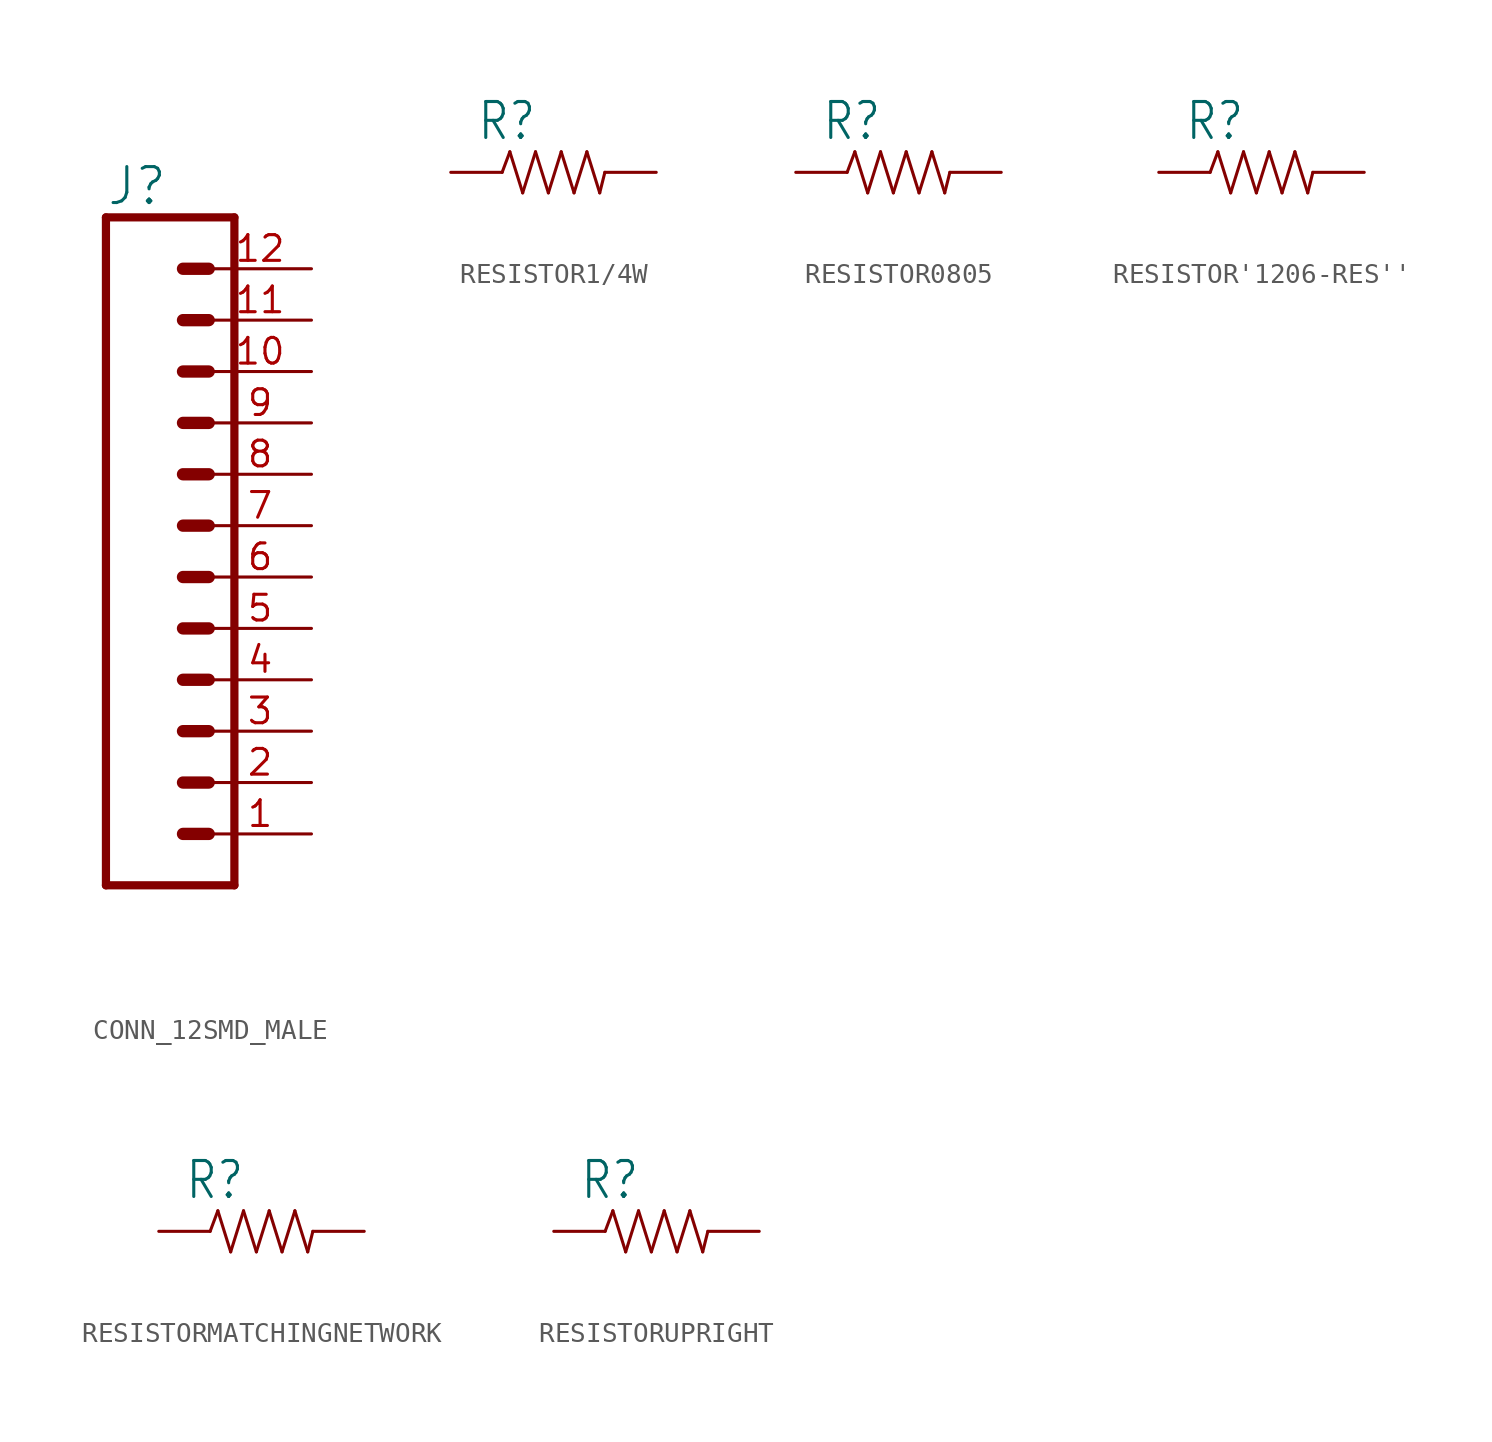
<source format=kicad_sym>
(kicad_symbol_lib
  (version 20220914)
  (generator kicad_symbol_editor)
  (symbol "CONN_12SMD_MALE"
    (property "Reference" "J"
      (at 0 15.748 0)
      (effects (font (size 1.778 1.778)) (justify left bottom)))
    (property "Value" ""
      (at 0 -20.066 0)
      (effects (font (size 1.778 1.778)) (justify left bottom)))
    (property "ki_locked" ""
      (at 0 0 0)
      (effects (font (size 1.27 1.27))))
    (symbol "CONN_12SMD_MALE_1_0"
      (polyline (pts (xy 0 15.24) (xy 0 -17.78)) (stroke (width 0.406) (type solid)) (fill (type none)))
      (polyline (pts (xy 0 15.24) (xy 6.35 15.24)) (stroke (width 0.406) (type solid)) (fill (type none)))
      (polyline (pts (xy 3.81 -15.24) (xy 5.08 -15.24)) (stroke (width 0.61) (type solid)) (fill (type none)))
      (polyline (pts (xy 3.81 -12.7) (xy 5.08 -12.7)) (stroke (width 0.61) (type solid)) (fill (type none)))
      (polyline (pts (xy 3.81 -10.16) (xy 5.08 -10.16)) (stroke (width 0.61) (type solid)) (fill (type none)))
      (polyline (pts (xy 3.81 -7.62) (xy 5.08 -7.62)) (stroke (width 0.61) (type solid)) (fill (type none)))
      (polyline (pts (xy 3.81 -5.08) (xy 5.08 -5.08)) (stroke (width 0.61) (type solid)) (fill (type none)))
      (polyline (pts (xy 3.81 -2.54) (xy 5.08 -2.54)) (stroke (width 0.61) (type solid)) (fill (type none)))
      (polyline (pts (xy 3.81 0) (xy 5.08 0)) (stroke (width 0.61) (type solid)) (fill (type none)))
      (polyline (pts (xy 3.81 2.54) (xy 5.08 2.54)) (stroke (width 0.61) (type solid)) (fill (type none)))
      (polyline (pts (xy 3.81 5.08) (xy 5.08 5.08)) (stroke (width 0.61) (type solid)) (fill (type none)))
      (polyline (pts (xy 3.81 7.62) (xy 5.08 7.62)) (stroke (width 0.61) (type solid)) (fill (type none)))
      (polyline (pts (xy 3.81 10.16) (xy 5.08 10.16)) (stroke (width 0.61) (type solid)) (fill (type none)))
      (polyline (pts (xy 3.81 12.7) (xy 5.08 12.7)) (stroke (width 0.61) (type solid)) (fill (type none)))
      (polyline (pts (xy 6.35 -17.78) (xy 0 -17.78)) (stroke (width 0.406) (type solid)) (fill (type none)))
      (polyline (pts (xy 6.35 -17.78) (xy 6.35 15.24)) (stroke (width 0.406) (type solid)) (fill (type none)))
      (pin passive line (at 10.16 -15.24 180) (length 5.08) (name "1" (effects (font (size 0 0)))) (number "1" (effects (font (size 1.27 1.27)))))
      (pin passive line (at 10.16 7.62 180) (length 5.08) (name "10" (effects (font (size 0 0)))) (number "10" (effects (font (size 1.27 1.27)))))
      (pin passive line (at 10.16 10.16 180) (length 5.08) (name "11" (effects (font (size 0 0)))) (number "11" (effects (font (size 1.27 1.27)))))
      (pin passive line (at 10.16 12.7 180) (length 5.08) (name "12" (effects (font (size 0 0)))) (number "12" (effects (font (size 1.27 1.27)))))
      (pin passive line (at 10.16 -12.7 180) (length 5.08) (name "2" (effects (font (size 0 0)))) (number "2" (effects (font (size 1.27 1.27)))))
      (pin passive line (at 10.16 -10.16 180) (length 5.08) (name "3" (effects (font (size 0 0)))) (number "3" (effects (font (size 1.27 1.27)))))
      (pin passive line (at 10.16 -7.62 180) (length 5.08) (name "4" (effects (font (size 0 0)))) (number "4" (effects (font (size 1.27 1.27)))))
      (pin passive line (at 10.16 -5.08 180) (length 5.08) (name "5" (effects (font (size 0 0)))) (number "5" (effects (font (size 1.27 1.27)))))
      (pin passive line (at 10.16 -2.54 180) (length 5.08) (name "6" (effects (font (size 0 0)))) (number "6" (effects (font (size 1.27 1.27)))))
      (pin passive line (at 10.16 0 180) (length 5.08) (name "7" (effects (font (size 0 0)))) (number "7" (effects (font (size 1.27 1.27)))))
      (pin passive line (at 10.16 2.54 180) (length 5.08) (name "8" (effects (font (size 0 0)))) (number "8" (effects (font (size 1.27 1.27)))))
      (pin passive line (at 10.16 5.08 180) (length 5.08) (name "9" (effects (font (size 0 0)))) (number "9" (effects (font (size 1.27 1.27)))))))
  (symbol "RESISTOR1/4W"
    (property "Reference" "R"
      (at -3.81 1.499 0)
      (effects (font (size 1.778 1.511)) (justify left bottom)))
    (property "Value" ""
      (at -3.81 -3.302 0)
      (effects (font (size 1.778 1.511)) (justify left bottom)))
    (property "ki_locked" ""
      (at 0 0 0)
      (effects (font (size 1.27 1.27))))
    (symbol "RESISTOR1/4W_1_0"
      (polyline (pts (xy -2.54 0) (xy -2.159 1.016)) (stroke (width 0.152) (type solid)) (fill (type none)))
      (polyline (pts (xy -2.159 1.016) (xy -1.524 -1.016)) (stroke (width 0.152) (type solid)) (fill (type none)))
      (polyline (pts (xy -1.524 -1.016) (xy -0.889 1.016)) (stroke (width 0.152) (type solid)) (fill (type none)))
      (polyline (pts (xy -0.889 1.016) (xy -0.254 -1.016)) (stroke (width 0.152) (type solid)) (fill (type none)))
      (polyline (pts (xy -0.254 -1.016) (xy 0.381 1.016)) (stroke (width 0.152) (type solid)) (fill (type none)))
      (polyline (pts (xy 0.381 1.016) (xy 1.016 -1.016)) (stroke (width 0.152) (type solid)) (fill (type none)))
      (polyline (pts (xy 1.016 -1.016) (xy 1.651 1.016)) (stroke (width 0.152) (type solid)) (fill (type none)))
      (polyline (pts (xy 1.651 1.016) (xy 2.286 -1.016)) (stroke (width 0.152) (type solid)) (fill (type none)))
      (polyline (pts (xy 2.286 -1.016) (xy 2.54 0)) (stroke (width 0.152) (type solid)) (fill (type none)))
      (pin passive line (at -5.08 0 0) (length 2.54) (name "1" (effects (font (size 0 0)))) (number "P$1" (effects (font (size 0 0)))))
      (pin passive line (at 5.08 0 180) (length 2.54) (name "2" (effects (font (size 0 0)))) (number "P$2" (effects (font (size 0 0)))))))
  (symbol "RESISTOR0805"
    (property "Reference" "R"
      (at -3.81 1.499 0)
      (effects (font (size 1.778 1.511)) (justify left bottom)))
    (property "Value" ""
      (at -3.81 -3.302 0)
      (effects (font (size 1.778 1.511)) (justify left bottom)))
    (property "ki_locked" ""
      (at 0 0 0)
      (effects (font (size 1.27 1.27))))
    (symbol "RESISTOR0805_1_0"
      (polyline (pts (xy -2.54 0) (xy -2.159 1.016)) (stroke (width 0.152) (type solid)) (fill (type none)))
      (polyline (pts (xy -2.159 1.016) (xy -1.524 -1.016)) (stroke (width 0.152) (type solid)) (fill (type none)))
      (polyline (pts (xy -1.524 -1.016) (xy -0.889 1.016)) (stroke (width 0.152) (type solid)) (fill (type none)))
      (polyline (pts (xy -0.889 1.016) (xy -0.254 -1.016)) (stroke (width 0.152) (type solid)) (fill (type none)))
      (polyline (pts (xy -0.254 -1.016) (xy 0.381 1.016)) (stroke (width 0.152) (type solid)) (fill (type none)))
      (polyline (pts (xy 0.381 1.016) (xy 1.016 -1.016)) (stroke (width 0.152) (type solid)) (fill (type none)))
      (polyline (pts (xy 1.016 -1.016) (xy 1.651 1.016)) (stroke (width 0.152) (type solid)) (fill (type none)))
      (polyline (pts (xy 1.651 1.016) (xy 2.286 -1.016)) (stroke (width 0.152) (type solid)) (fill (type none)))
      (polyline (pts (xy 2.286 -1.016) (xy 2.54 0)) (stroke (width 0.152) (type solid)) (fill (type none)))
      (pin passive line (at -5.08 0 0) (length 2.54) (name "1" (effects (font (size 0 0)))) (number "1" (effects (font (size 0 0)))))
      (pin passive line (at 5.08 0 180) (length 2.54) (name "2" (effects (font (size 0 0)))) (number "2" (effects (font (size 0 0)))))))
  (symbol "RESISTOR'1206-RES''"
    (property "Reference" "R"
      (at -3.81 1.499 0)
      (effects (font (size 1.778 1.511)) (justify left bottom)))
    (property "Value" ""
      (at -3.81 -3.302 0)
      (effects (font (size 1.778 1.511)) (justify left bottom)))
    (property "ki_locked" ""
      (at 0 0 0)
      (effects (font (size 1.27 1.27))))
    (symbol "RESISTOR'1206-RES''_1_0"
      (polyline (pts (xy -2.54 0) (xy -2.159 1.016)) (stroke (width 0.152) (type solid)) (fill (type none)))
      (polyline (pts (xy -2.159 1.016) (xy -1.524 -1.016)) (stroke (width 0.152) (type solid)) (fill (type none)))
      (polyline (pts (xy -1.524 -1.016) (xy -0.889 1.016)) (stroke (width 0.152) (type solid)) (fill (type none)))
      (polyline (pts (xy -0.889 1.016) (xy -0.254 -1.016)) (stroke (width 0.152) (type solid)) (fill (type none)))
      (polyline (pts (xy -0.254 -1.016) (xy 0.381 1.016)) (stroke (width 0.152) (type solid)) (fill (type none)))
      (polyline (pts (xy 0.381 1.016) (xy 1.016 -1.016)) (stroke (width 0.152) (type solid)) (fill (type none)))
      (polyline (pts (xy 1.016 -1.016) (xy 1.651 1.016)) (stroke (width 0.152) (type solid)) (fill (type none)))
      (polyline (pts (xy 1.651 1.016) (xy 2.286 -1.016)) (stroke (width 0.152) (type solid)) (fill (type none)))
      (polyline (pts (xy 2.286 -1.016) (xy 2.54 0)) (stroke (width 0.152) (type solid)) (fill (type none)))
      (pin passive line (at -5.08 0 0) (length 2.54) (name "1" (effects (font (size 0 0)))) (number "1" (effects (font (size 0 0)))))
      (pin passive line (at 5.08 0 180) (length 2.54) (name "2" (effects (font (size 0 0)))) (number "2" (effects (font (size 0 0)))))))
  (symbol "RESISTORMATCHINGNETWORK"
    (property "Reference" "R"
      (at -3.81 1.499 0)
      (effects (font (size 1.778 1.511)) (justify left bottom)))
    (property "Value" ""
      (at -3.81 -3.302 0)
      (effects (font (size 1.778 1.511)) (justify left bottom)))
    (property "ki_locked" ""
      (at 0 0 0)
      (effects (font (size 1.27 1.27))))
    (symbol "RESISTORMATCHINGNETWORK_1_0"
      (polyline (pts (xy -2.54 0) (xy -2.159 1.016)) (stroke (width 0.152) (type solid)) (fill (type none)))
      (polyline (pts (xy -2.159 1.016) (xy -1.524 -1.016)) (stroke (width 0.152) (type solid)) (fill (type none)))
      (polyline (pts (xy -1.524 -1.016) (xy -0.889 1.016)) (stroke (width 0.152) (type solid)) (fill (type none)))
      (polyline (pts (xy -0.889 1.016) (xy -0.254 -1.016)) (stroke (width 0.152) (type solid)) (fill (type none)))
      (polyline (pts (xy -0.254 -1.016) (xy 0.381 1.016)) (stroke (width 0.152) (type solid)) (fill (type none)))
      (polyline (pts (xy 0.381 1.016) (xy 1.016 -1.016)) (stroke (width 0.152) (type solid)) (fill (type none)))
      (polyline (pts (xy 1.016 -1.016) (xy 1.651 1.016)) (stroke (width 0.152) (type solid)) (fill (type none)))
      (polyline (pts (xy 1.651 1.016) (xy 2.286 -1.016)) (stroke (width 0.152) (type solid)) (fill (type none)))
      (polyline (pts (xy 2.286 -1.016) (xy 2.54 0)) (stroke (width 0.152) (type solid)) (fill (type none)))
      (pin passive line (at -5.08 0 0) (length 2.54) (name "1" (effects (font (size 0 0)))) (number "1" (effects (font (size 0 0)))))
      (pin passive line (at 5.08 0 180) (length 2.54) (name "2" (effects (font (size 0 0)))) (number "2" (effects (font (size 0 0)))))))
  (symbol "RESISTORUPRIGHT"
    (property "Reference" "R"
      (at -3.81 1.499 0)
      (effects (font (size 1.778 1.511)) (justify left bottom)))
    (property "Value" ""
      (at -3.81 -3.302 0)
      (effects (font (size 1.778 1.511)) (justify left bottom)))
    (property "ki_locked" ""
      (at 0 0 0)
      (effects (font (size 1.27 1.27))))
    (symbol "RESISTORUPRIGHT_1_0"
      (polyline (pts (xy -2.54 0) (xy -2.159 1.016)) (stroke (width 0.152) (type solid)) (fill (type none)))
      (polyline (pts (xy -2.159 1.016) (xy -1.524 -1.016)) (stroke (width 0.152) (type solid)) (fill (type none)))
      (polyline (pts (xy -1.524 -1.016) (xy -0.889 1.016)) (stroke (width 0.152) (type solid)) (fill (type none)))
      (polyline (pts (xy -0.889 1.016) (xy -0.254 -1.016)) (stroke (width 0.152) (type solid)) (fill (type none)))
      (polyline (pts (xy -0.254 -1.016) (xy 0.381 1.016)) (stroke (width 0.152) (type solid)) (fill (type none)))
      (polyline (pts (xy 0.381 1.016) (xy 1.016 -1.016)) (stroke (width 0.152) (type solid)) (fill (type none)))
      (polyline (pts (xy 1.016 -1.016) (xy 1.651 1.016)) (stroke (width 0.152) (type solid)) (fill (type none)))
      (polyline (pts (xy 1.651 1.016) (xy 2.286 -1.016)) (stroke (width 0.152) (type solid)) (fill (type none)))
      (polyline (pts (xy 2.286 -1.016) (xy 2.54 0)) (stroke (width 0.152) (type solid)) (fill (type none)))
      (pin passive line (at -5.08 0 0) (length 2.54) (name "1" (effects (font (size 0 0)))) (number "1" (effects (font (size 0 0)))))
      (pin passive line (at 5.08 0 180) (length 2.54) (name "2" (effects (font (size 0 0)))) (number "2" (effects (font (size 0 0))))))))
</source>
